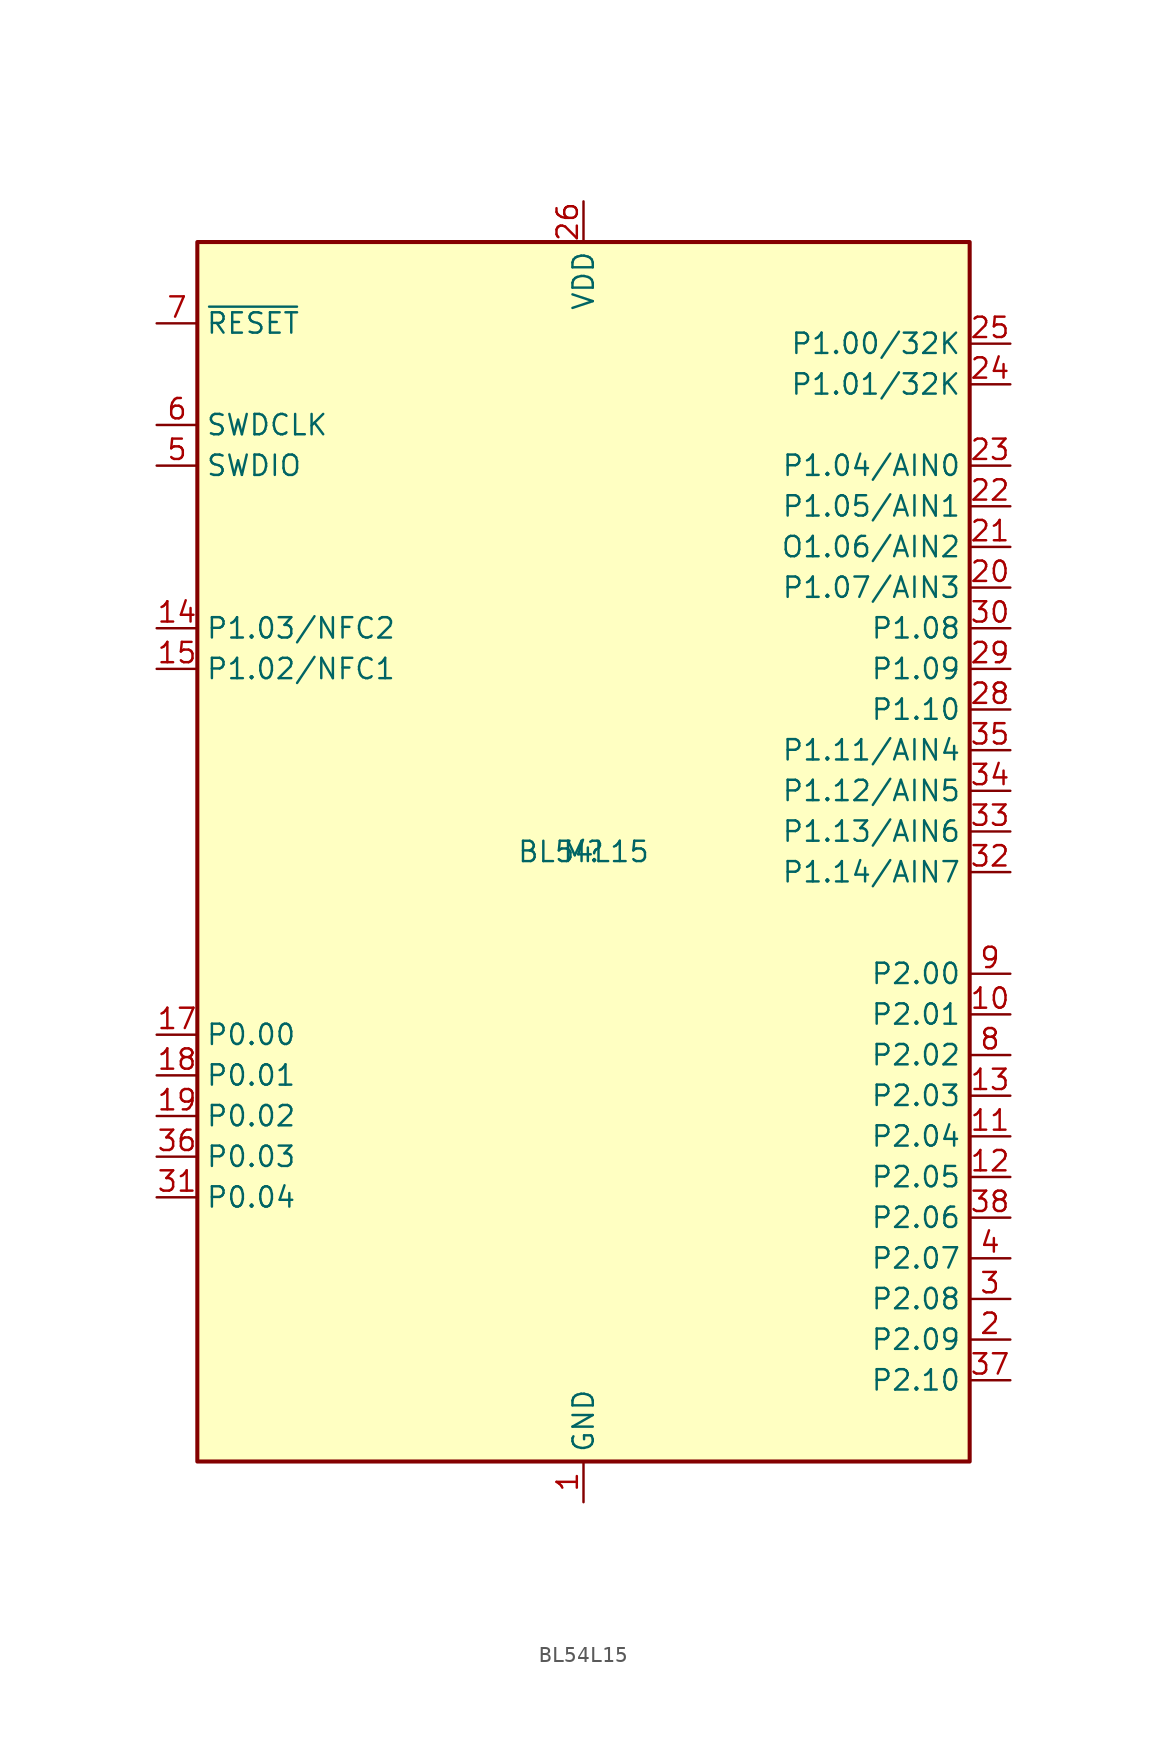
<source format=kicad_sym>
(kicad_symbol_lib
  (version 20231120)
  (generator "kicad_symbol_editor")
  (generator_version "8.0")
  (symbol "BL54L15"
    (property "Reference" "M"
      (at 0 0 0)
      (effects (font (size 1.27 1.27))))
    (property "Value" "BL54L15"
      (at 0 0 0)
      (effects (font (size 1.27 1.27))))
    (symbol "BL54L15_1_1"
      (rectangle (start -24.13 38.1) (end 24.13 -38.1) (stroke (width 0.254) (type default)) (fill (type background)))
      (pin passive line (at 0 -40.64 90) (length 2.54) (name "GND" (effects (font (size 1.27 1.27)))) (number "1" (effects (font (size 1.27 1.27)))))
      (pin bidirectional line (at 26.67 -10.16 180) (length 2.54) (name "P2.01" (effects (font (size 1.27 1.27)))) (number "10" (effects (font (size 1.27 1.27)))))
      (pin bidirectional line (at 26.67 -17.78 180) (length 2.54) (name "P2.04" (effects (font (size 1.27 1.27)))) (number "11" (effects (font (size 1.27 1.27)))))
      (pin bidirectional line (at 26.67 -20.32 180) (length 2.54) (name "P2.05" (effects (font (size 1.27 1.27)))) (number "12" (effects (font (size 1.27 1.27)))))
      (pin bidirectional line (at 26.67 -15.24 180) (length 2.54) (name "P2.03" (effects (font (size 1.27 1.27)))) (number "13" (effects (font (size 1.27 1.27)))))
      (pin bidirectional line (at -26.67 13.97 0) (length 2.54) (name "P1.03/NFC2" (effects (font (size 1.27 1.27)))) (number "14" (effects (font (size 1.27 1.27)))))
      (pin bidirectional line (at -26.67 11.43 0) (length 2.54) (name "P1.02/NFC1" (effects (font (size 1.27 1.27)))) (number "15" (effects (font (size 1.27 1.27)))))
      (pin passive line (at 0 -40.64 90) (length 2.54) hide (name "GND" (effects (font (size 1.27 1.27)))) (number "16" (effects (font (size 1.27 1.27)))))
      (pin bidirectional line (at -26.67 -11.43 0) (length 2.54) (name "P0.00" (effects (font (size 1.27 1.27)))) (number "17" (effects (font (size 1.27 1.27)))))
      (pin bidirectional line (at -26.67 -13.97 0) (length 2.54) (name "P0.01" (effects (font (size 1.27 1.27)))) (number "18" (effects (font (size 1.27 1.27)))))
      (pin bidirectional line (at -26.67 -16.51 0) (length 2.54) (name "P0.02" (effects (font (size 1.27 1.27)))) (number "19" (effects (font (size 1.27 1.27)))))
      (pin bidirectional line (at 26.67 -30.48 180) (length 2.54) (name "P2.09" (effects (font (size 1.27 1.27)))) (number "2" (effects (font (size 1.27 1.27)))))
      (pin bidirectional line (at 26.67 16.51 180) (length 2.54) (name "P1.07/AIN3" (effects (font (size 1.27 1.27)))) (number "20" (effects (font (size 1.27 1.27)))))
      (pin bidirectional line (at 26.67 19.05 180) (length 2.54) (name "O1.06/AIN2" (effects (font (size 1.27 1.27)))) (number "21" (effects (font (size 1.27 1.27)))))
      (pin bidirectional line (at 26.67 21.59 180) (length 2.54) (name "P1.05/AIN1" (effects (font (size 1.27 1.27)))) (number "22" (effects (font (size 1.27 1.27)))))
      (pin bidirectional line (at 26.67 24.13 180) (length 2.54) (name "P1.04/AIN0" (effects (font (size 1.27 1.27)))) (number "23" (effects (font (size 1.27 1.27)))))
      (pin bidirectional line (at 26.67 29.21 180) (length 2.54) (name "P1.01/32K" (effects (font (size 1.27 1.27)))) (number "24" (effects (font (size 1.27 1.27)))))
      (pin bidirectional line (at 26.67 31.75 180) (length 2.54) (name "P1.00/32K" (effects (font (size 1.27 1.27)))) (number "25" (effects (font (size 1.27 1.27)))))
      (pin passive line (at 0 40.64 270) (length 2.54) (name "VDD" (effects (font (size 1.27 1.27)))) (number "26" (effects (font (size 1.27 1.27)))))
      (pin passive line (at 0 -40.64 90) (length 2.54) hide (name "GND" (effects (font (size 1.27 1.27)))) (number "27" (effects (font (size 1.27 1.27)))))
      (pin bidirectional line (at 26.67 8.89 180) (length 2.54) (name "P1.10" (effects (font (size 1.27 1.27)))) (number "28" (effects (font (size 1.27 1.27)))))
      (pin bidirectional line (at 26.67 11.43 180) (length 2.54) (name "P1.09" (effects (font (size 1.27 1.27)))) (number "29" (effects (font (size 1.27 1.27)))))
      (pin bidirectional line (at 26.67 -27.94 180) (length 2.54) (name "P2.08" (effects (font (size 1.27 1.27)))) (number "3" (effects (font (size 1.27 1.27)))))
      (pin bidirectional line (at 26.67 13.97 180) (length 2.54) (name "P1.08" (effects (font (size 1.27 1.27)))) (number "30" (effects (font (size 1.27 1.27)))))
      (pin bidirectional line (at -26.67 -21.59 0) (length 2.54) (name "P0.04" (effects (font (size 1.27 1.27)))) (number "31" (effects (font (size 1.27 1.27)))))
      (pin bidirectional line (at 26.67 -1.27 180) (length 2.54) (name "P1.14/AIN7" (effects (font (size 1.27 1.27)))) (number "32" (effects (font (size 1.27 1.27)))))
      (pin bidirectional line (at 26.67 1.27 180) (length 2.54) (name "P1.13/AIN6" (effects (font (size 1.27 1.27)))) (number "33" (effects (font (size 1.27 1.27)))))
      (pin bidirectional line (at 26.67 3.81 180) (length 2.54) (name "P1.12/AIN5" (effects (font (size 1.27 1.27)))) (number "34" (effects (font (size 1.27 1.27)))))
      (pin bidirectional line (at 26.67 6.35 180) (length 2.54) (name "P1.11/AIN4" (effects (font (size 1.27 1.27)))) (number "35" (effects (font (size 1.27 1.27)))))
      (pin bidirectional line (at -26.67 -19.05 0) (length 2.54) (name "P0.03" (effects (font (size 1.27 1.27)))) (number "36" (effects (font (size 1.27 1.27)))))
      (pin bidirectional line (at 26.67 -33.02 180) (length 2.54) (name "P2.10" (effects (font (size 1.27 1.27)))) (number "37" (effects (font (size 1.27 1.27)))))
      (pin bidirectional line (at 26.67 -22.86 180) (length 2.54) (name "P2.06" (effects (font (size 1.27 1.27)))) (number "38" (effects (font (size 1.27 1.27)))))
      (pin passive line (at 0 -40.64 90) (length 2.54) hide (name "GND" (effects (font (size 1.27 1.27)))) (number "39" (effects (font (size 1.27 1.27)))))
      (pin bidirectional line (at 26.67 -25.4 180) (length 2.54) (name "P2.07" (effects (font (size 1.27 1.27)))) (number "4" (effects (font (size 1.27 1.27)))))
      (pin bidirectional line (at -26.67 24.13 0) (length 2.54) (name "SWDIO" (effects (font (size 1.27 1.27)))) (number "5" (effects (font (size 1.27 1.27)))))
      (pin input line (at -26.67 26.67 0) (length 2.54) (name "SWDCLK" (effects (font (size 1.27 1.27)))) (number "6" (effects (font (size 1.27 1.27)))))
      (pin input line (at -26.67 33.02 0) (length 2.54) (name "~{RESET}" (effects (font (size 1.27 1.27)))) (number "7" (effects (font (size 1.27 1.27)))))
      (pin bidirectional line (at 26.67 -12.7 180) (length 2.54) (name "P2.02" (effects (font (size 1.27 1.27)))) (number "8" (effects (font (size 1.27 1.27)))))
      (pin bidirectional line (at 26.67 -7.62 180) (length 2.54) (name "P2.00" (effects (font (size 1.27 1.27)))) (number "9" (effects (font (size 1.27 1.27))))))))
</source>
